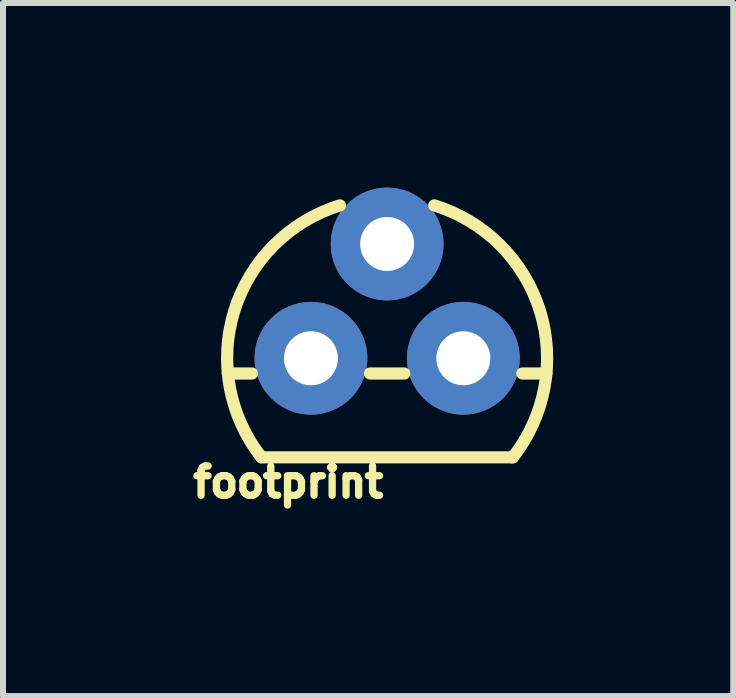
<source format=kicad_pcb>
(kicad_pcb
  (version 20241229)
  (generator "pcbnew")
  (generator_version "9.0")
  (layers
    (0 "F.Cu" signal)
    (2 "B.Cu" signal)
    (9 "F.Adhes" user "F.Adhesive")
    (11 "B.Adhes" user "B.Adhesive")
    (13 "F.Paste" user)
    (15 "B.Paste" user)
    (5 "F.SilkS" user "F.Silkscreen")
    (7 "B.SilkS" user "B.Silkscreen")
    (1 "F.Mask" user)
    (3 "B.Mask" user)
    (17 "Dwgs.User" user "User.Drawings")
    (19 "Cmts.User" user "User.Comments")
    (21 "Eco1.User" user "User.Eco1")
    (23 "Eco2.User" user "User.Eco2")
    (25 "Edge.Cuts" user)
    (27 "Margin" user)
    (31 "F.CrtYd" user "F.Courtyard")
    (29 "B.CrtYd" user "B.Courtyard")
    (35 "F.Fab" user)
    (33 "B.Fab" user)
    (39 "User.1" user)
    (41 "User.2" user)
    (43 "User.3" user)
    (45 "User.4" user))
  (footprint "footprint"
    (layer "F.Cu")
    (at 3.403 2.922)
    (property "Reference" "footprint" (at 0 1.778 0) (layer "F.SilkS") (effects (font (size 0.488 0.488) (thickness 0.122)) (justify right top)))
    (fp_poly (pts (xy -1.111 -0.483) (xy -0.969 -0.408) (xy -0.853 -0.289) (xy -0.763 0.006) (xy -0.79 0.166) (xy -0.862 0.305) (xy -0.974 0.415) (xy -1.115 0.486) (xy -1.261 0.507) (xy -1.27 0.445) (xy -1.278 0.507) (xy -1.423 0.488) (xy -1.564 0.42) (xy -1.68 0.309) (xy -1.779 0.027) (xy -1.757 -0.139) (xy -1.687 -0.286) (xy -1.571 -0.408) (xy -1.275 -0.512)) (stroke (width 0) (type solid)) (fill yes) (layer "F.Mask"))
    (fp_poly (pts (xy 0.159 -2.388) (xy 0.301 -2.313) (xy 0.417 -2.194) (xy 0.507 -1.899) (xy 0.48 -1.739) (xy 0.408 -1.6) (xy 0.296 -1.49) (xy 0.155 -1.419) (xy 0.009 -1.398) (xy 0.000001 -1.46) (xy -0.008 -1.398) (xy -0.153 -1.417) (xy -0.294 -1.485) (xy -0.41 -1.596) (xy -0.509 -1.878) (xy -0.487 -2.044) (xy -0.417 -2.191) (xy -0.301 -2.313) (xy -0.005 -2.417)) (stroke (width 0) (type solid)) (fill yes) (layer "F.Mask"))
    (fp_poly (pts (xy 1.429 -0.483) (xy 1.571 -0.408) (xy 1.687 -0.289) (xy 1.773 -0.008) (xy 1.712 0.01) (xy 1.775 0.021) (xy 1.75 0.166) (xy 1.678 0.305) (xy 1.566 0.415) (xy 1.425 0.486) (xy 1.279 0.507) (xy 1.27 0.445) (xy 1.262 0.507) (xy 1.117 0.488) (xy 0.976 0.42) (xy 0.86 0.309) (xy 0.761 0.027) (xy 0.783 -0.139) (xy 0.853 -0.286) (xy 0.969 -0.408) (xy 1.265 -0.512)) (stroke (width 0) (type solid)) (fill yes) (layer "F.Mask"))
    (fp_poly (pts (xy 1.471 -0.994) (xy 1.663 -0.932) (xy 1.839 -0.835) (xy 1.993 -0.705) (xy 2.119 -0.547) (xy 2.211 -0.368) (xy 2.267 -0.174) (xy 2.283 0.02) (xy 2.22 0.025) (xy 2.283 0.032) (xy 2.262 0.221) (xy 2.203 0.408) (xy 2.109 0.58) (xy 1.983 0.731) (xy 1.83 0.854) (xy 1.656 0.944) (xy 1.467 0.999) (xy 1.278 1.016) (xy 1.273 0.953) (xy 1.267 1.016) (xy 1.077 1) (xy 0.887 0.945) (xy 0.712 0.854) (xy 0.558 0.731) (xy 0.431 0.58) (xy 0.334 0.405) (xy 0.254 0.027) (xy 0.271 -0.177) (xy 0.327 -0.371) (xy 0.42 -0.549) (xy 0.546 -0.707) (xy 0.7 -0.836) (xy 0.88 -0.935) (xy 1.267 -1.017)) (stroke (width 0) (type solid)) (fill yes) (layer "B.Mask"))
    (fp_poly (pts (xy -1.069 -0.994) (xy -0.877 -0.932) (xy -0.701 -0.835) (xy -0.547 -0.705) (xy -0.421 -0.547) (xy -0.329 -0.368) (xy -0.273 -0.174) (xy -0.257 0.02) (xy -0.32 0.025) (xy -0.257 0.032) (xy -0.278 0.221) (xy -0.337 0.408) (xy -0.431 0.58) (xy -0.557 0.731) (xy -0.71 0.854) (xy -0.884 0.944) (xy -1.073 0.999) (xy -1.262 1.016) (xy -1.267 0.953) (xy -1.273 1.016) (xy -1.463 1) (xy -1.653 0.945) (xy -1.828 0.854) (xy -1.982 0.731) (xy -2.109 0.58) (xy -2.206 0.405) (xy -2.285 0.036) (xy -2.222 0.023) (xy -2.286 0.017) (xy -2.269 -0.177) (xy -2.213 -0.371) (xy -2.12 -0.549) (xy -1.994 -0.707) (xy -1.84 -0.836) (xy -1.66 -0.935) (xy -1.273 -1.017)) (stroke (width 0) (type solid)) (fill yes) (layer "B.Mask"))
    (fp_poly (pts (xy 0.201 -2.899) (xy 0.393 -2.837) (xy 0.569 -2.74) (xy 0.723 -2.61) (xy 0.849 -2.452) (xy 0.941 -2.273) (xy 0.997 -2.079) (xy 1.013 -1.885) (xy 0.95 -1.88) (xy 1.013 -1.873) (xy 0.992 -1.684) (xy 0.933 -1.497) (xy 0.839 -1.325) (xy 0.713 -1.174) (xy 0.56 -1.051) (xy 0.386 -0.961) (xy 0.197 -0.906) (xy 0.008 -0.889) (xy 0.003 -0.952) (xy -0.003 -0.889) (xy -0.193 -0.905) (xy -0.383 -0.96) (xy -0.558 -1.051) (xy -0.712 -1.174) (xy -0.839 -1.325) (xy -0.936 -1.5) (xy -1.015 -1.869) (xy -0.952 -1.882) (xy -1.016 -1.888) (xy -0.999 -2.082) (xy -0.943 -2.276) (xy -0.85 -2.454) (xy -0.724 -2.612) (xy -0.57 -2.741) (xy -0.39 -2.84) (xy -0.003 -2.922)) (stroke (width 0) (type solid)) (fill yes) (layer "B.Mask"))
    (fp_line (start -2.655 0.254) (end -2.254 0.254) (stroke (width 0.203) (type solid)) (layer "F.SilkS"))
    (fp_line (start -2.095 1.651) (end 2.095 1.651) (stroke (width 0.203) (type solid)) (layer "F.SilkS"))
    (fp_line (start -0.286 0.254) (end 0.286 0.254) (stroke (width 0.203) (type solid)) (layer "F.SilkS"))
    (fp_line (start 2.254 0.254) (end 2.655 0.254) (stroke (width 0.203) (type solid)) (layer "F.SilkS"))
    (fp_arc (start -2.0946 1.651) (mid -2.54634 -0.793276) (end -0.786301 -2.548501) (stroke (width 0.2032) (type solid)) (layer "F.SilkS"))
    (fp_arc (start 0.7863 -2.5484) (mid 2.54627 -0.793202) (end 2.0945 1.650999) (stroke (width 0.2032) (type solid)) (layer "F.SilkS"))
    (pad "1" thru_hole circle (at -1.27 0) (size 1.88 1.88) (drill 0.9) (layers "*.Cu"))
    (pad "2" thru_hole circle (at 0 -1.905) (size 1.88 1.88) (drill 0.9) (layers "*.Cu"))
    (pad "3" thru_hole circle (at 1.27 0) (size 1.88 1.88) (drill 0.9) (layers "*.Cu")))
  (gr_rect
    (start -3 -3)
    (end 9.172 8.553)
    (stroke (width 0.1) (type default))
    (fill no)
    (layer "Edge.Cuts")))
</source>
